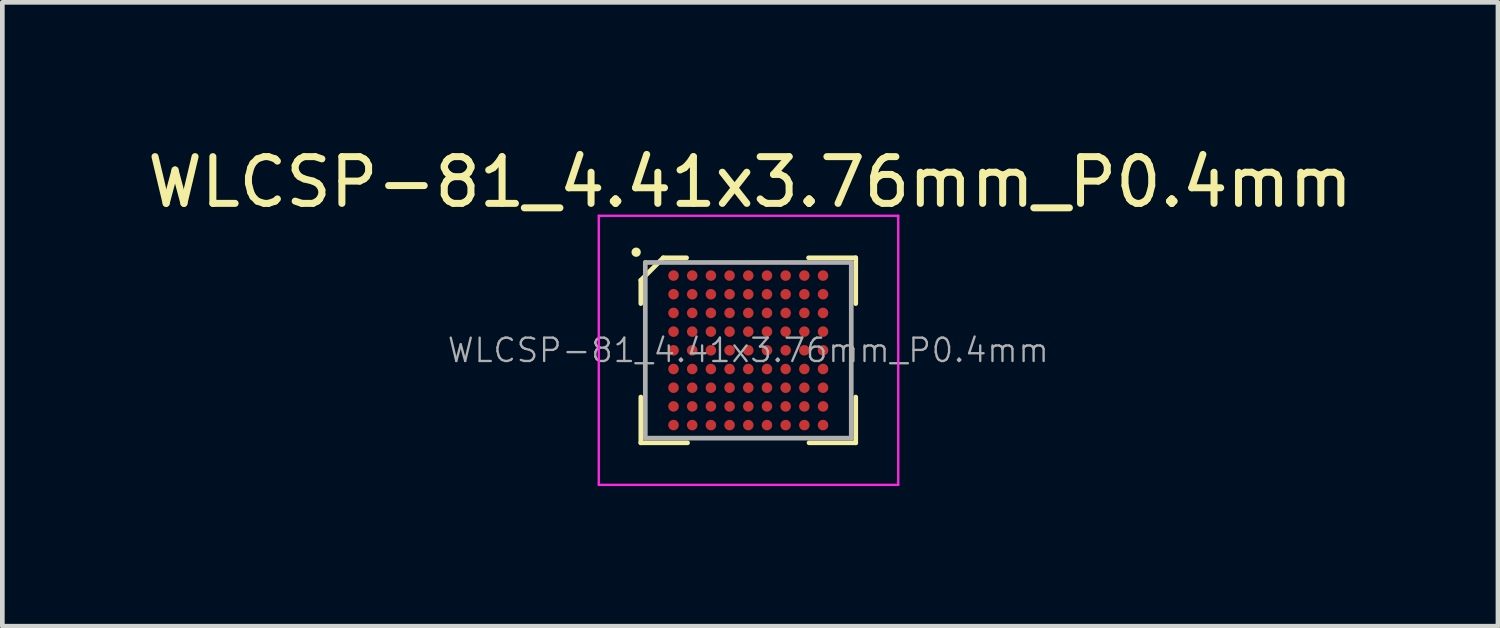
<source format=kicad_pcb>
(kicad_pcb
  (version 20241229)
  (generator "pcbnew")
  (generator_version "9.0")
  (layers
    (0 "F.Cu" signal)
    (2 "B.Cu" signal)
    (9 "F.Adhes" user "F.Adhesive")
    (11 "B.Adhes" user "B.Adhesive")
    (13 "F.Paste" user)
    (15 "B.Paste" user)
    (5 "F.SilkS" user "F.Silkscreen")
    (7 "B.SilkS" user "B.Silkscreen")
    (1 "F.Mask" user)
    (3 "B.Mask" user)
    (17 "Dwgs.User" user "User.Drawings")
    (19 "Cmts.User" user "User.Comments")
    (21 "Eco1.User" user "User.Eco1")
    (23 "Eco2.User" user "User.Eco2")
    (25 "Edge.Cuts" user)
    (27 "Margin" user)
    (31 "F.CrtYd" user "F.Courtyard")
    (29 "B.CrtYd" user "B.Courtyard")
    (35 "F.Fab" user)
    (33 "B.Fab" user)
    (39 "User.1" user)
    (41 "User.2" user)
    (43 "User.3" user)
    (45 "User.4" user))
  (footprint "WLCSP-81_4.41x3.76mm_P0.4mm"
    (layer "F.Cu")
    (at 12.966 4.448)
    (property "Reference" "WLCSP-81_4.41x3.76mm_P0.4mm" (at 0.04 -3.6 0) (layer "F.SilkS") (effects (font (size 1 1) (thickness 0.15))))
    (attr smd)
    (fp_line (start -2.3 -1.5) (end -2.3 -1) (stroke (width 0.1) (type solid)) (layer "F.SilkS"))
    (fp_line (start -2.3 1) (end -2.3 1.98) (stroke (width 0.1) (type solid)) (layer "F.SilkS"))
    (fp_line (start -2.3 1.98) (end -1.3 1.98) (stroke (width 0.1) (type solid)) (layer "F.SilkS"))
    (fp_line (start -1.82 -1.98) (end -2.3 -1.5) (stroke (width 0.1) (type solid)) (layer "F.SilkS"))
    (fp_line (start -1.32 -1.98) (end -1.82 -1.98) (stroke (width 0.1) (type solid)) (layer "F.SilkS"))
    (fp_line (start 1.29 -1.98) (end 2.3 -1.98) (stroke (width 0.1) (type solid)) (layer "F.SilkS"))
    (fp_line (start 2.3 -1.98) (end 2.3 -1) (stroke (width 0.1) (type solid)) (layer "F.SilkS"))
    (fp_line (start 2.3 1) (end 2.3 1.98) (stroke (width 0.1) (type solid)) (layer "F.SilkS"))
    (fp_line (start 2.3 1.98) (end 1.3 1.98) (stroke (width 0.1) (type solid)) (layer "F.SilkS"))
    (fp_circle (center -2.4 -2.1) (end -2.35 -2.1) (stroke (width 0.1) (type solid)) (fill no) (layer "F.SilkS"))
    (fp_line (start -3.2 -2.88) (end -3.2 2.88) (stroke (width 0.05) (type solid)) (layer "F.CrtYd"))
    (fp_line (start -3.2 -2.88) (end 3.21 -2.88) (stroke (width 0.05) (type solid)) (layer "F.CrtYd"))
    (fp_line (start -3.2 2.88) (end 3.21 2.88) (stroke (width 0.05) (type solid)) (layer "F.CrtYd"))
    (fp_line (start 3.21 2.88) (end 3.21 -2.88) (stroke (width 0.05) (type solid)) (layer "F.CrtYd"))
    (fp_line (start -2.204 -1.88) (end -2.204 1.88) (stroke (width 0.1) (type solid)) (layer "F.Fab"))
    (fp_line (start -2.204 -1.88) (end 2.204 -1.88) (stroke (width 0.1) (type solid)) (layer "F.Fab"))
    (fp_line (start -2.204 1.88) (end 2.204 1.88) (stroke (width 0.1) (type solid)) (layer "F.Fab"))
    (fp_line (start 2.204 -1.88) (end 2.204 1.88) (stroke (width 0.1) (type solid)) (layer "F.Fab"))
    (fp_text user "${REFERENCE}" (at 0 0 0) (layer "F.Fab") (effects (font (size 0.5 0.5) (thickness 0.05))))
    (pad "A1" smd circle (at -1.6 -1.6) (size 0.225 0.225) (layers "F.Cu" "F.Mask" "F.Paste"))
    (pad "A2" smd circle (at -1.2 -1.6) (size 0.225 0.225) (layers "F.Cu" "F.Mask" "F.Paste"))
    (pad "A3" smd circle (at -0.8 -1.6) (size 0.225 0.225) (layers "F.Cu" "F.Mask" "F.Paste"))
    (pad "A4" smd circle (at -0.4 -1.6) (size 0.225 0.225) (layers "F.Cu" "F.Mask" "F.Paste"))
    (pad "A5" smd circle (at 0 -1.6) (size 0.225 0.225) (layers "F.Cu" "F.Mask" "F.Paste"))
    (pad "A6" smd circle (at 0.4 -1.6) (size 0.225 0.225) (layers "F.Cu" "F.Mask" "F.Paste"))
    (pad "A7" smd circle (at 0.8 -1.6) (size 0.225 0.225) (layers "F.Cu" "F.Mask" "F.Paste"))
    (pad "A8" smd circle (at 1.2 -1.6) (size 0.225 0.225) (layers "F.Cu" "F.Mask" "F.Paste"))
    (pad "A9" smd circle (at 1.6 -1.6) (size 0.225 0.225) (layers "F.Cu" "F.Mask" "F.Paste"))
    (pad "B1" smd circle (at -1.6 -1.2) (size 0.225 0.225) (layers "F.Cu" "F.Mask" "F.Paste"))
    (pad "B2" smd circle (at -1.2 -1.2) (size 0.225 0.225) (layers "F.Cu" "F.Mask" "F.Paste"))
    (pad "B3" smd circle (at -0.8 -1.2) (size 0.225 0.225) (layers "F.Cu" "F.Mask" "F.Paste"))
    (pad "B4" smd circle (at -0.4 -1.2) (size 0.225 0.225) (layers "F.Cu" "F.Mask" "F.Paste"))
    (pad "B5" smd circle (at 0 -1.2) (size 0.225 0.225) (layers "F.Cu" "F.Mask" "F.Paste"))
    (pad "B6" smd circle (at 0.4 -1.2) (size 0.225 0.225) (layers "F.Cu" "F.Mask" "F.Paste"))
    (pad "B7" smd circle (at 0.8 -1.2) (size 0.225 0.225) (layers "F.Cu" "F.Mask" "F.Paste"))
    (pad "B8" smd circle (at 1.2 -1.2) (size 0.225 0.225) (layers "F.Cu" "F.Mask" "F.Paste"))
    (pad "B9" smd circle (at 1.6 -1.2) (size 0.225 0.225) (layers "F.Cu" "F.Mask" "F.Paste"))
    (pad "C1" smd circle (at -1.6 -0.8) (size 0.225 0.225) (layers "F.Cu" "F.Mask" "F.Paste"))
    (pad "C2" smd circle (at -1.2 -0.8) (size 0.225 0.225) (layers "F.Cu" "F.Mask" "F.Paste"))
    (pad "C3" smd circle (at -0.8 -0.8) (size 0.225 0.225) (layers "F.Cu" "F.Mask" "F.Paste"))
    (pad "C4" smd circle (at -0.4 -0.8) (size 0.225 0.225) (layers "F.Cu" "F.Mask" "F.Paste"))
    (pad "C5" smd circle (at 0 -0.8) (size 0.225 0.225) (layers "F.Cu" "F.Mask" "F.Paste"))
    (pad "C6" smd circle (at 0.4 -0.8) (size 0.225 0.225) (layers "F.Cu" "F.Mask" "F.Paste"))
    (pad "C7" smd circle (at 0.8 -0.8) (size 0.225 0.225) (layers "F.Cu" "F.Mask" "F.Paste"))
    (pad "C8" smd circle (at 1.2 -0.8) (size 0.225 0.225) (layers "F.Cu" "F.Mask" "F.Paste"))
    (pad "C9" smd circle (at 1.6 -0.8) (size 0.225 0.225) (layers "F.Cu" "F.Mask" "F.Paste"))
    (pad "D1" smd circle (at -1.6 -0.4) (size 0.225 0.225) (layers "F.Cu" "F.Mask" "F.Paste"))
    (pad "D2" smd circle (at -1.2 -0.4) (size 0.225 0.225) (layers "F.Cu" "F.Mask" "F.Paste"))
    (pad "D3" smd circle (at -0.8 -0.4) (size 0.225 0.225) (layers "F.Cu" "F.Mask" "F.Paste"))
    (pad "D4" smd circle (at -0.4 -0.4) (size 0.225 0.225) (layers "F.Cu" "F.Mask" "F.Paste"))
    (pad "D5" smd circle (at 0 -0.4) (size 0.225 0.225) (layers "F.Cu" "F.Mask" "F.Paste"))
    (pad "D6" smd circle (at 0.4 -0.4) (size 0.225 0.225) (layers "F.Cu" "F.Mask" "F.Paste"))
    (pad "D7" smd circle (at 0.8 -0.4) (size 0.225 0.225) (layers "F.Cu" "F.Mask" "F.Paste"))
    (pad "D8" smd circle (at 1.2 -0.4) (size 0.225 0.225) (layers "F.Cu" "F.Mask" "F.Paste"))
    (pad "D9" smd circle (at 1.6 -0.4) (size 0.225 0.225) (layers "F.Cu" "F.Mask" "F.Paste"))
    (pad "E1" smd circle (at -1.6 0) (size 0.225 0.225) (layers "F.Cu" "F.Mask" "F.Paste"))
    (pad "E2" smd circle (at -1.2 0) (size 0.225 0.225) (layers "F.Cu" "F.Mask" "F.Paste"))
    (pad "E3" smd circle (at -0.8 0) (size 0.225 0.225) (layers "F.Cu" "F.Mask" "F.Paste"))
    (pad "E4" smd circle (at -0.4 0) (size 0.225 0.225) (layers "F.Cu" "F.Mask" "F.Paste"))
    (pad "E5" smd circle (at 0 0) (size 0.225 0.225) (layers "F.Cu" "F.Mask" "F.Paste"))
    (pad "E6" smd circle (at 0.4 0) (size 0.225 0.225) (layers "F.Cu" "F.Mask" "F.Paste"))
    (pad "E7" smd circle (at 0.8 0) (size 0.225 0.225) (layers "F.Cu" "F.Mask" "F.Paste"))
    (pad "E8" smd circle (at 1.2 0) (size 0.225 0.225) (layers "F.Cu" "F.Mask" "F.Paste"))
    (pad "E9" smd circle (at 1.6 0) (size 0.225 0.225) (layers "F.Cu" "F.Mask" "F.Paste"))
    (pad "F1" smd circle (at -1.6 0.4) (size 0.225 0.225) (layers "F.Cu" "F.Mask" "F.Paste"))
    (pad "F2" smd circle (at -1.2 0.4) (size 0.225 0.225) (layers "F.Cu" "F.Mask" "F.Paste"))
    (pad "F3" smd circle (at -0.8 0.4) (size 0.225 0.225) (layers "F.Cu" "F.Mask" "F.Paste"))
    (pad "F4" smd circle (at -0.4 0.4) (size 0.225 0.225) (layers "F.Cu" "F.Mask" "F.Paste"))
    (pad "F5" smd circle (at 0 0.4) (size 0.225 0.225) (layers "F.Cu" "F.Mask" "F.Paste"))
    (pad "F6" smd circle (at 0.4 0.4) (size 0.225 0.225) (layers "F.Cu" "F.Mask" "F.Paste"))
    (pad "F7" smd circle (at 0.8 0.4) (size 0.225 0.225) (layers "F.Cu" "F.Mask" "F.Paste"))
    (pad "F8" smd circle (at 1.2 0.4) (size 0.225 0.225) (layers "F.Cu" "F.Mask" "F.Paste"))
    (pad "F9" smd circle (at 1.6 0.4) (size 0.225 0.225) (layers "F.Cu" "F.Mask" "F.Paste"))
    (pad "G1" smd circle (at -1.6 0.8) (size 0.225 0.225) (layers "F.Cu" "F.Mask" "F.Paste"))
    (pad "G2" smd circle (at -1.2 0.8) (size 0.225 0.225) (layers "F.Cu" "F.Mask" "F.Paste"))
    (pad "G3" smd circle (at -0.8 0.8) (size 0.225 0.225) (layers "F.Cu" "F.Mask" "F.Paste"))
    (pad "G4" smd circle (at -0.4 0.8) (size 0.225 0.225) (layers "F.Cu" "F.Mask" "F.Paste"))
    (pad "G5" smd circle (at 0 0.8) (size 0.225 0.225) (layers "F.Cu" "F.Mask" "F.Paste"))
    (pad "G6" smd circle (at 0.4 0.8) (size 0.225 0.225) (layers "F.Cu" "F.Mask" "F.Paste"))
    (pad "G7" smd circle (at 0.8 0.8) (size 0.225 0.225) (layers "F.Cu" "F.Mask" "F.Paste"))
    (pad "G8" smd circle (at 1.2 0.8) (size 0.225 0.225) (layers "F.Cu" "F.Mask" "F.Paste"))
    (pad "G9" smd circle (at 1.6 0.8) (size 0.225 0.225) (layers "F.Cu" "F.Mask" "F.Paste"))
    (pad "H1" smd circle (at -1.6 1.2) (size 0.225 0.225) (layers "F.Cu" "F.Mask" "F.Paste"))
    (pad "H2" smd circle (at -1.2 1.2) (size 0.225 0.225) (layers "F.Cu" "F.Mask" "F.Paste"))
    (pad "H3" smd circle (at -0.8 1.2) (size 0.225 0.225) (layers "F.Cu" "F.Mask" "F.Paste"))
    (pad "H4" smd circle (at -0.4 1.2) (size 0.225 0.225) (layers "F.Cu" "F.Mask" "F.Paste"))
    (pad "H5" smd circle (at 0 1.2) (size 0.225 0.225) (layers "F.Cu" "F.Mask" "F.Paste"))
    (pad "H6" smd circle (at 0.4 1.2) (size 0.225 0.225) (layers "F.Cu" "F.Mask" "F.Paste"))
    (pad "H7" smd circle (at 0.8 1.2) (size 0.225 0.225) (layers "F.Cu" "F.Mask" "F.Paste"))
    (pad "H8" smd circle (at 1.2 1.2) (size 0.225 0.225) (layers "F.Cu" "F.Mask" "F.Paste"))
    (pad "H9" smd circle (at 1.6 1.2) (size 0.225 0.225) (layers "F.Cu" "F.Mask" "F.Paste"))
    (pad "J1" smd circle (at -1.6 1.6) (size 0.225 0.225) (layers "F.Cu" "F.Mask" "F.Paste"))
    (pad "J2" smd circle (at -1.2 1.6) (size 0.225 0.225) (layers "F.Cu" "F.Mask" "F.Paste"))
    (pad "J3" smd circle (at -0.8 1.6) (size 0.225 0.225) (layers "F.Cu" "F.Mask" "F.Paste"))
    (pad "J4" smd circle (at -0.4 1.6) (size 0.225 0.225) (layers "F.Cu" "F.Mask" "F.Paste"))
    (pad "J5" smd circle (at 0 1.6) (size 0.225 0.225) (layers "F.Cu" "F.Mask" "F.Paste"))
    (pad "J6" smd circle (at 0.4 1.6) (size 0.225 0.225) (layers "F.Cu" "F.Mask" "F.Paste"))
    (pad "J7" smd circle (at 0.8 1.6) (size 0.225 0.225) (layers "F.Cu" "F.Mask" "F.Paste"))
    (pad "J8" smd circle (at 1.2 1.6) (size 0.225 0.225) (layers "F.Cu" "F.Mask" "F.Paste"))
    (pad "J9" smd circle (at 1.6 1.6) (size 0.225 0.225) (layers "F.Cu" "F.Mask" "F.Paste")))
  (gr_rect
    (start -3 -3)
    (end 29.012 10.353)
    (stroke (width 0.1) (type default))
    (fill no)
    (layer "Edge.Cuts")))
</source>
